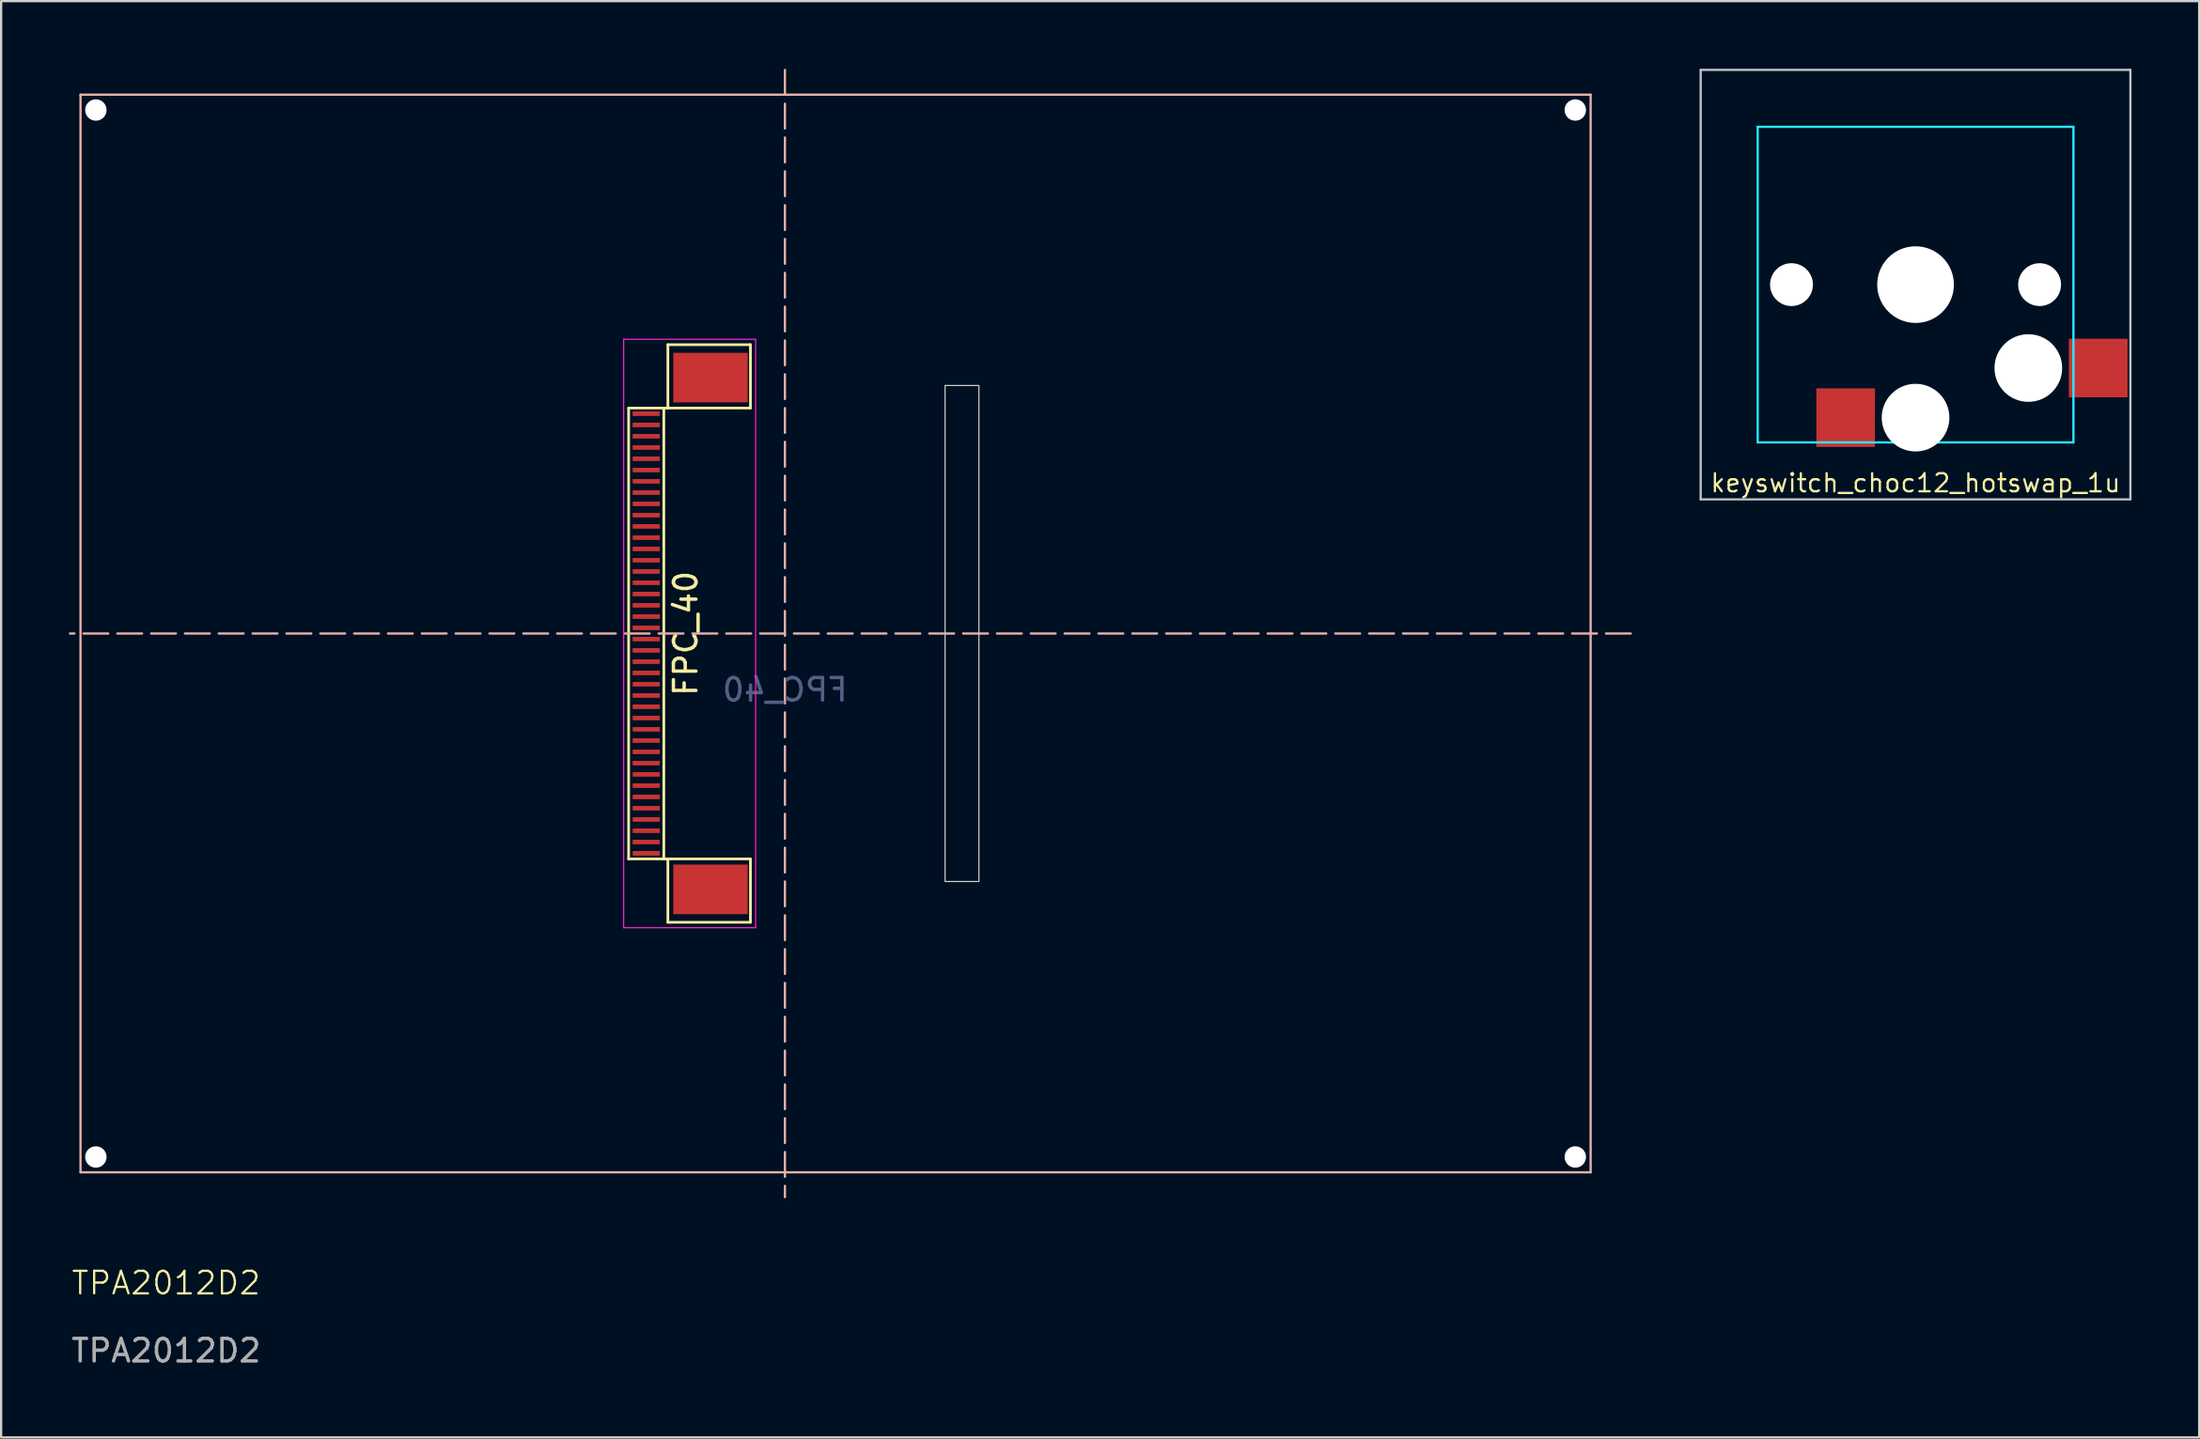
<source format=kicad_pcb>
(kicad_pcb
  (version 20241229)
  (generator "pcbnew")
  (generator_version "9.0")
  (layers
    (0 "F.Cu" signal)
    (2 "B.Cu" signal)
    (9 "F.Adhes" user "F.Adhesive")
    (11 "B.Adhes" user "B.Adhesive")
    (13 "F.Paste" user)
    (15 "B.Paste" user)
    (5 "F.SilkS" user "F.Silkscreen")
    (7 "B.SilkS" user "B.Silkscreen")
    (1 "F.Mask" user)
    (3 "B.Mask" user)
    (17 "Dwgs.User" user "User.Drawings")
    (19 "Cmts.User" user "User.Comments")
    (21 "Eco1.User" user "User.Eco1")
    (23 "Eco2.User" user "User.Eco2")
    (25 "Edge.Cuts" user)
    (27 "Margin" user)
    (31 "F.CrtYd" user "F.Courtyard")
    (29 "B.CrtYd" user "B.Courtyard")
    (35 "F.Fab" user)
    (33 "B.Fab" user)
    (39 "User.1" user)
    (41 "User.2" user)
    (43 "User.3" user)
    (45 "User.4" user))
  (footprint "FPC_40"
    (layer "F.Cu")
    (at 31.75 25.05)
    (property "Reference" "FPC_40" (at -4.4 0 270) (layer "F.SilkS") (effects (font (size 1 1) (thickness 0.15))))
    (attr through_hole)
    (fp_line (start -6.93 10) (end -6.93 -10) (stroke (width 0.12) (type default)) (layer "F.SilkS"))
    (fp_line (start -5.37 -10) (end -1.53 -10) (stroke (width 0.12) (type default)) (layer "F.SilkS"))
    (fp_line (start -5.37 10) (end -5.37 -10) (stroke (width 0.12) (type default)) (layer "F.SilkS"))
    (fp_line (start -5.37 10) (end -1.53 10) (stroke (width 0.12) (type default)) (layer "F.SilkS"))
    (fp_line (start -5.19 -12.81) (end -5.19 -10) (stroke (width 0.12) (type default)) (layer "F.SilkS"))
    (fp_line (start -5.19 -10) (end -6.93 -10) (stroke (width 0.12) (type default)) (layer "F.SilkS"))
    (fp_line (start -5.19 10) (end -6.93 10) (stroke (width 0.12) (type default)) (layer "F.SilkS"))
    (fp_line (start -5.19 12.81) (end -5.19 10) (stroke (width 0.12) (type default)) (layer "F.SilkS"))
    (fp_line (start -1.53 -12.81) (end -5.19 -12.81) (stroke (width 0.12) (type default)) (layer "F.SilkS"))
    (fp_line (start -1.53 -10) (end -1.53 -12.81) (stroke (width 0.12) (type default)) (layer "F.SilkS"))
    (fp_line (start -1.53 10) (end -1.53 12.81) (stroke (width 0.12) (type default)) (layer "F.SilkS"))
    (fp_line (start -1.53 12.81) (end -5.19 12.81) (stroke (width 0.12) (type default)) (layer "F.SilkS"))
    (fp_line (start -31.23 -23.9) (end -31.23 23.9) (stroke (width 0.1) (type default)) (layer "B.SilkS"))
    (fp_line (start 0 -25) (end 0 25) (stroke (width 0.1) (type dash)) (layer "B.SilkS"))
    (fp_line (start 35.72 -23.9) (end -31.23 -23.9) (stroke (width 0.1) (type default)) (layer "B.SilkS"))
    (fp_line (start 35.72 -23.9) (end 35.72 23.9) (stroke (width 0.1) (type default)) (layer "B.SilkS"))
    (fp_line (start 35.72 23.9) (end -31.23 23.9) (stroke (width 0.1) (type default)) (layer "B.SilkS"))
    (fp_line (start 37.5 0) (end -31.7 0) (stroke (width 0.1) (type dash)) (layer "B.SilkS"))
    (fp_rect (start 8.6 -11) (end 7.1 11) (stroke (width 0.05) (type default)) (fill no) (layer "Edge.Cuts"))
    (fp_line (start -7.15 -13.05) (end -1.3 -13.05) (stroke (width 0.05) (type default)) (layer "F.CrtYd"))
    (fp_line (start -7.15 13.05) (end -7.15 -13.05) (stroke (width 0.05) (type default)) (layer "F.CrtYd"))
    (fp_line (start -7.15 13.05) (end -1.3 13.05) (stroke (width 0.05) (type default)) (layer "F.CrtYd"))
    (fp_line (start -1.3 13.05) (end -1.3 -13.05) (stroke (width 0.05) (type default)) (layer "F.CrtYd"))
    (fp_text user "${REFERENCE}" (at 0 2.5 0) (unlocked yes) (layer "B.Fab") (effects (font (size 1 1) (thickness 0.15)) (justify mirror)))
    (pad "" np_thru_hole circle (at -30.55 -23.22) (size 0.95 0.95) (drill 0.95) (layers "*.Cu" "*.Mask"))
    (pad "" np_thru_hole circle (at -30.55 23.22) (size 0.95 0.95) (drill 0.95) (layers "*.Cu" "*.Mask"))
    (pad "" np_thru_hole circle (at 35.04 -23.22) (size 0.95 0.95) (drill 0.95) (layers "*.Cu" "*.Mask"))
    (pad "" np_thru_hole circle (at 35.04 23.22) (size 0.95 0.95) (drill 0.95) (layers "*.Cu" "*.Mask"))
    (pad "0" smd rect (at -3.3 -11.35 90) (size 2.2 3.3) (layers "F.Cu" "F.Mask" "F.Paste"))
    (pad "0" smd rect (at -3.3 11.35 90) (size 2.2 3.3) (layers "F.Cu" "F.Mask" "F.Paste"))
    (pad "1" smd rect (at -6.15 -9.75 90) (size 0.2 1.2) (layers "F.Cu" "F.Mask" "F.Paste"))
    (pad "2" smd rect (at -6.15 -9.25 90) (size 0.2 1.2) (layers "F.Cu" "F.Mask" "F.Paste"))
    (pad "3" smd rect (at -6.15 -8.75 90) (size 0.2 1.2) (layers "F.Cu" "F.Mask" "F.Paste"))
    (pad "4" smd rect (at -6.15 -8.25 90) (size 0.2 1.2) (layers "F.Cu" "F.Mask" "F.Paste"))
    (pad "5" smd rect (at -6.15 -7.75 90) (size 0.2 1.2) (layers "F.Cu" "F.Mask" "F.Paste"))
    (pad "6" smd rect (at -6.15 -7.25 90) (size 0.2 1.2) (layers "F.Cu" "F.Mask" "F.Paste"))
    (pad "7" smd rect (at -6.15 -6.75 90) (size 0.2 1.2) (layers "F.Cu" "F.Mask" "F.Paste"))
    (pad "8" smd rect (at -6.15 -6.25 90) (size 0.2 1.2) (layers "F.Cu" "F.Mask" "F.Paste"))
    (pad "9" smd rect (at -6.15 -5.75 90) (size 0.2 1.2) (layers "F.Cu" "F.Mask" "F.Paste"))
    (pad "10" smd rect (at -6.15 -5.25 90) (size 0.2 1.2) (layers "F.Cu" "F.Mask" "F.Paste"))
    (pad "11" smd rect (at -6.15 -4.75 90) (size 0.2 1.2) (layers "F.Cu" "F.Mask" "F.Paste"))
    (pad "12" smd rect (at -6.15 -4.25 90) (size 0.2 1.2) (layers "F.Cu" "F.Mask" "F.Paste"))
    (pad "13" smd rect (at -6.15 -3.75 90) (size 0.2 1.2) (layers "F.Cu" "F.Mask" "F.Paste"))
    (pad "14" smd rect (at -6.15 -3.25 90) (size 0.2 1.2) (layers "F.Cu" "F.Mask" "F.Paste"))
    (pad "15" smd rect (at -6.15 -2.75 90) (size 0.2 1.2) (layers "F.Cu" "F.Mask" "F.Paste"))
    (pad "16" smd rect (at -6.15 -2.25 90) (size 0.2 1.2) (layers "F.Cu" "F.Mask" "F.Paste"))
    (pad "17" smd rect (at -6.15 -1.75 90) (size 0.2 1.2) (layers "F.Cu" "F.Mask" "F.Paste"))
    (pad "18" smd rect (at -6.15 -1.25 90) (size 0.2 1.2) (layers "F.Cu" "F.Mask" "F.Paste"))
    (pad "19" smd rect (at -6.15 -0.75 90) (size 0.2 1.2) (layers "F.Cu" "F.Mask" "F.Paste"))
    (pad "20" smd rect (at -6.15 -0.25 90) (size 0.2 1.2) (layers "F.Cu" "F.Mask" "F.Paste"))
    (pad "21" smd rect (at -6.15 0.25 90) (size 0.2 1.2) (layers "F.Cu" "F.Mask" "F.Paste"))
    (pad "22" smd rect (at -6.15 0.75 90) (size 0.2 1.2) (layers "F.Cu" "F.Mask" "F.Paste"))
    (pad "23" smd rect (at -6.15 1.25 90) (size 0.2 1.2) (layers "F.Cu" "F.Mask" "F.Paste"))
    (pad "24" smd rect (at -6.15 1.75 90) (size 0.2 1.2) (layers "F.Cu" "F.Mask" "F.Paste"))
    (pad "25" smd rect (at -6.15 2.25 90) (size 0.2 1.2) (layers "F.Cu" "F.Mask" "F.Paste"))
    (pad "26" smd rect (at -6.15 2.75 90) (size 0.2 1.2) (layers "F.Cu" "F.Mask" "F.Paste"))
    (pad "27" smd rect (at -6.15 3.25 90) (size 0.2 1.2) (layers "F.Cu" "F.Mask" "F.Paste"))
    (pad "28" smd rect (at -6.15 3.75 90) (size 0.2 1.2) (layers "F.Cu" "F.Mask" "F.Paste"))
    (pad "29" smd rect (at -6.15 4.25 90) (size 0.2 1.2) (layers "F.Cu" "F.Mask" "F.Paste"))
    (pad "30" smd rect (at -6.15 4.75 90) (size 0.2 1.2) (layers "F.Cu" "F.Mask" "F.Paste"))
    (pad "31" smd rect (at -6.15 5.25 90) (size 0.2 1.2) (layers "F.Cu" "F.Mask" "F.Paste"))
    (pad "32" smd rect (at -6.15 5.75 90) (size 0.2 1.2) (layers "F.Cu" "F.Mask" "F.Paste"))
    (pad "33" smd rect (at -6.15 6.25 90) (size 0.2 1.2) (layers "F.Cu" "F.Mask" "F.Paste"))
    (pad "34" smd rect (at -6.15 6.75 90) (size 0.2 1.2) (layers "F.Cu" "F.Mask" "F.Paste"))
    (pad "35" smd rect (at -6.15 7.25 90) (size 0.2 1.2) (layers "F.Cu" "F.Mask" "F.Paste"))
    (pad "36" smd rect (at -6.15 7.75 90) (size 0.2 1.2) (layers "F.Cu" "F.Mask" "F.Paste"))
    (pad "37" smd rect (at -6.15 8.25 90) (size 0.2 1.2) (layers "F.Cu" "F.Mask" "F.Paste"))
    (pad "38" smd rect (at -6.15 8.75 90) (size 0.2 1.2) (layers "F.Cu" "F.Mask" "F.Paste"))
    (pad "39" smd rect (at -6.15 9.25 90) (size 0.2 1.2) (layers "F.Cu" "F.Mask" "F.Paste"))
    (pad "40" smd rect (at -6.15 9.75 90) (size 0.2 1.2) (layers "F.Cu" "F.Mask" "F.Paste")))
  (footprint "keyswitch_choc12_hotswap_1u"
    (layer "F.Cu")
    (at 81.875 9.575)
    (property "Reference" "keyswitch_choc12_hotswap_1u" (at 0 8.8 0) (layer "F.SilkS") (effects (font (size 0.8 0.8) (thickness 0.1) (bold yes))))
    (attr smd)
    (fp_line (start -9.525 -9.525) (end -9.525 9.525) (stroke (width 0.1) (type solid)) (layer "Dwgs.User"))
    (fp_line (start -9.525 9.525) (end 9.525 9.525) (stroke (width 0.1) (type solid)) (layer "Dwgs.User"))
    (fp_line (start 9.525 -9.525) (end -9.525 -9.525) (stroke (width 0.1) (type solid)) (layer "Dwgs.User"))
    (fp_line (start 9.525 9.525) (end 9.525 -9.525) (stroke (width 0.1) (type solid)) (layer "Dwgs.User"))
    (fp_line (start -7 -7) (end -7 7) (stroke (width 0.1) (type solid)) (layer "B.CrtYd"))
    (fp_line (start -7 7) (end 7 7) (stroke (width 0.1) (type solid)) (layer "B.CrtYd"))
    (fp_line (start 7 -7) (end -7 -7) (stroke (width 0.1) (type solid)) (layer "B.CrtYd"))
    (fp_line (start 7 7) (end 7 -7) (stroke (width 0.1) (type solid)) (layer "B.CrtYd"))
    (pad "" np_thru_hole circle (at -5.5 0 270) (size 1.9 1.9) (drill 1.9) (layers "*.Cu" "*.Mask"))
    (pad "" np_thru_hole circle (at 0 0 270) (size 3.4 3.4) (drill 3.4) (layers "*.Cu" "*.Mask"))
    (pad "" np_thru_hole circle (at 0 5.9 270) (size 3 3) (drill 3) (layers "*.Cu" "*.Mask"))
    (pad "" np_thru_hole circle (at 5 3.7 270) (size 3 3) (drill 3) (layers "*.Cu" "*.Mask"))
    (pad "" np_thru_hole circle (at 5.5 0 270) (size 1.9 1.9) (drill 1.9) (layers "*.Cu" "*.Mask"))
    (pad "1" smd rect (at 8.1 3.7 180) (size 2.6 2.6) (layers "F.Cu" "F.Mask" "F.Paste"))
    (pad "2" smd rect (at -3.1 5.9 180) (size 2.6 2.6) (layers "F.Cu" "F.Mask" "F.Paste")))
  (footprint "TPA2012D2"
    (layer "F.Cu")
    (at 4.315 54.361)
    (property "Reference" "TPA2012D2" (at 0 -0.5 0) (unlocked yes) (layer "F.SilkS") (effects (font (size 1 1) (thickness 0.1))))
    (attr smd)
    (fp_text user "${REFERENCE}" (at 0 2.5 0) (unlocked yes) (layer "F.Fab") (effects (font (size 1 1) (thickness 0.15)))))
  (gr_rect
    (start -3 -3)
    (end 94.45 60.709)
    (stroke (width 0.1) (type default))
    (fill no)
    (layer "Edge.Cuts")))
</source>
